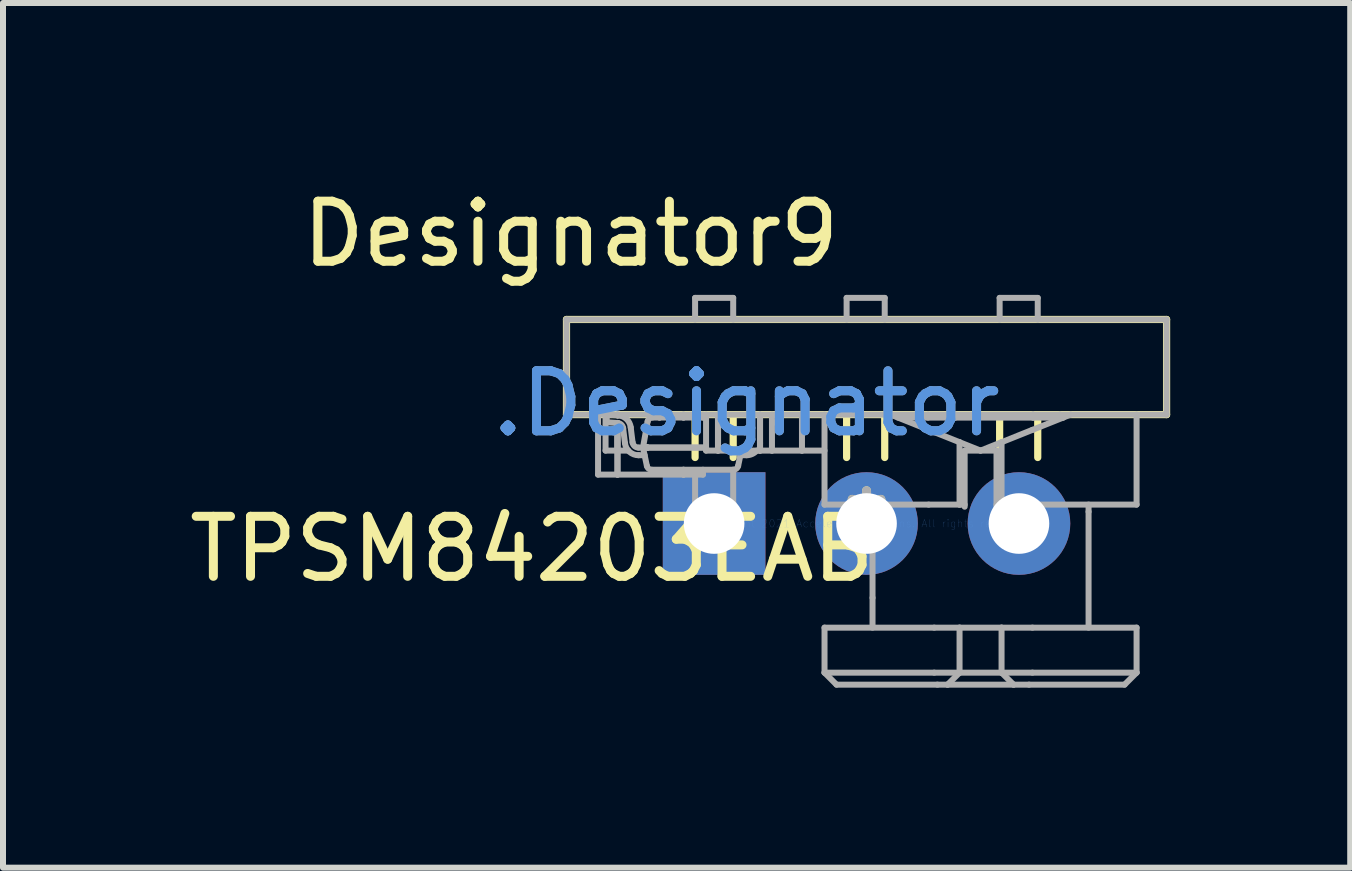
<source format=kicad_pcb>
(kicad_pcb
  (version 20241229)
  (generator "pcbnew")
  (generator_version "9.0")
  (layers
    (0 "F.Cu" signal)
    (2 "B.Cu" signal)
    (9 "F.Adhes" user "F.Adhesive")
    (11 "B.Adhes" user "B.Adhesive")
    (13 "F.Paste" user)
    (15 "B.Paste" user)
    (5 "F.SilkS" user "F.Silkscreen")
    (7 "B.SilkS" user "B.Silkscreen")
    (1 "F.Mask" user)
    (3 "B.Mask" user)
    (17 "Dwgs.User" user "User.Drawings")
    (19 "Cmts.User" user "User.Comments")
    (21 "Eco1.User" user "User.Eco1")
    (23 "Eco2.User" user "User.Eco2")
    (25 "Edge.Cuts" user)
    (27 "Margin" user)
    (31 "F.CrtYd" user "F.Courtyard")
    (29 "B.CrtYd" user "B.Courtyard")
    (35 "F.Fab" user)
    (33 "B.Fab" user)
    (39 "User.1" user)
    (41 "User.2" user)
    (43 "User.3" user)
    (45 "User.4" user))
  (footprint "TPSM84203EAB"
    (layer "F.Cu")
    (at 11.39 5.674)
    (property "Reference" "TPSM84203EAB" (at -5.575 0.425 0) (layer "F.SilkS") (effects (font (size 1 1) (thickness 0.15))))
    (attr through_hole)
    (fp_line (start -5 -3.4) (end 5 -3.4) (stroke (width 0.12) (type solid)) (layer "F.SilkS"))
    (fp_line (start -5 -1.815) (end -5 -3.4) (stroke (width 0.12) (type solid)) (layer "F.SilkS"))
    (fp_line (start -5 -1.815) (end 5 -1.815) (stroke (width 0.12) (type solid)) (layer "F.SilkS"))
    (fp_line (start -2.857 -1.1) (end -2.857 -1.8) (stroke (width 0.12) (type solid)) (layer "F.SilkS"))
    (fp_line (start -2.222 -1.1) (end -2.222 -1.8) (stroke (width 0.12) (type solid)) (layer "F.SilkS"))
    (fp_line (start -0.332 -1.1) (end -0.332 -1.8) (stroke (width 0.12) (type solid)) (layer "F.SilkS"))
    (fp_line (start 0.303 -1.1) (end 0.303 -1.8) (stroke (width 0.12) (type solid)) (layer "F.SilkS"))
    (fp_line (start 2.218 -1.1) (end 2.218 -1.8) (stroke (width 0.12) (type solid)) (layer "F.SilkS"))
    (fp_line (start 2.853 -1.1) (end 2.853 -1.8) (stroke (width 0.12) (type solid)) (layer "F.SilkS"))
    (fp_line (start 5 -1.815) (end 5 -3.4) (stroke (width 0.12) (type solid)) (layer "F.SilkS"))
    (fp_line (start -5 -3.4) (end 5 -3.4) (stroke (width 0.1) (type solid)) (layer "F.Fab"))
    (fp_line (start -5 -1.815) (end -5 -3.4) (stroke (width 0.1) (type solid)) (layer "F.Fab"))
    (fp_line (start -5 -1.815) (end 5 -1.815) (stroke (width 0.1) (type solid)) (layer "F.Fab"))
    (fp_line (start -4.474 -0.815) (end -4.474 -1.815) (stroke (width 0.1) (type solid)) (layer "F.Fab"))
    (fp_line (start -4.474 -0.815) (end -4.151 -0.815) (stroke (width 0.1) (type solid)) (layer "F.Fab"))
    (fp_line (start -4.349 -1.215) (end -4.349 -1.815) (stroke (width 0.1) (type solid)) (layer "F.Fab"))
    (fp_line (start -4.349 -1.215) (end -4.151 -1.215) (stroke (width 0.1) (type solid)) (layer "F.Fab"))
    (fp_line (start -4.334 -1.688) (end -4.325 -1.815) (stroke (width 0.1) (type solid)) (layer "F.Fab"))
    (fp_line (start -4.334 -1.688) (end -4.148 -1.675) (stroke (width 0.1) (type solid)) (layer "F.Fab"))
    (fp_line (start -4.325 -1.815) (end -4.139 -1.802) (stroke (width 0.1) (type solid)) (layer "F.Fab"))
    (fp_line (start -4.151 -1.803) (end -4.151 -1.815) (stroke (width 0.1) (type solid)) (layer "F.Fab"))
    (fp_line (start -4.151 -1.215) (end -4.151 -1.676) (stroke (width 0.1) (type solid)) (layer "F.Fab"))
    (fp_line (start -4.151 -1.803) (end -4.151 -1.815) (stroke (width 0.1) (type solid)) (layer "F.Fab"))
    (fp_line (start -4.151 -0.815) (end -4.151 -1.676) (stroke (width 0.1) (type solid)) (layer "F.Fab"))
    (fp_line (start -4.149 -1.803) (end -4.149 -1.815) (stroke (width 0.1) (type solid)) (layer "F.Fab"))
    (fp_line (start -4.149 -1.215) (end -4.149 -1.675) (stroke (width 0.1) (type solid)) (layer "F.Fab"))
    (fp_line (start -4.149 -1.215) (end -3.97 -1.215) (stroke (width 0.1) (type solid)) (layer "F.Fab"))
    (fp_line (start -4.149 -0.815) (end -4.149 -1.215) (stroke (width 0.1) (type solid)) (layer "F.Fab"))
    (fp_line (start -4.149 -0.815) (end -3.051 -0.815) (stroke (width 0.1) (type solid)) (layer "F.Fab"))
    (fp_line (start -4.056 -1.588) (end -4.025 -1.337) (stroke (width 0.1) (type solid)) (layer "F.Fab"))
    (fp_line (start -3.93 -1.603) (end -3.899 -1.353) (stroke (width 0.1) (type solid)) (layer "F.Fab"))
    (fp_line (start -3.8 -1.265) (end -3.725 -1.265) (stroke (width 0.1) (type solid)) (layer "F.Fab"))
    (fp_line (start -3.8 -1.138) (end -3.698 -1.138) (stroke (width 0.1) (type solid)) (layer "F.Fab"))
    (fp_line (start -3.725 -1.266) (end -3.648 -1.7) (stroke (width 0.1) (type solid)) (layer "F.Fab"))
    (fp_line (start -3.725 -1.265) (end -3.725 -1.266) (stroke (width 0.1) (type solid)) (layer "F.Fab"))
    (fp_line (start -3.725 -1.265) (end -3.725 -1.265) (stroke (width 0.1) (type solid)) (layer "F.Fab"))
    (fp_line (start -3.725 -1.265) (end -3.725 -1.265) (stroke (width 0.1) (type solid)) (layer "F.Fab"))
    (fp_line (start -3.725 -1.265) (end -3.66 -0.959) (stroke (width 0.1) (type solid)) (layer "F.Fab"))
    (fp_line (start -3.725 -1.265) (end -3.725 -1.265) (stroke (width 0.1) (type solid)) (layer "F.Fab"))
    (fp_line (start -3.725 -1.265) (end -3.725 -1.265) (stroke (width 0.1) (type solid)) (layer "F.Fab"))
    (fp_line (start -3.725 -1.265) (end -3.725 -1.265) (stroke (width 0.1) (type solid)) (layer "F.Fab"))
    (fp_line (start -3.725 -1.265) (end -3.725 -1.265) (stroke (width 0.1) (type solid)) (layer "F.Fab"))
    (fp_line (start -3.725 -1.265) (end -3.725 -1.265) (stroke (width 0.1) (type solid)) (layer "F.Fab"))
    (fp_line (start -3.725 -1.265) (end -3.725 -1.265) (stroke (width 0.1) (type solid)) (layer "F.Fab"))
    (fp_line (start -3.725 -1.265) (end -3.725 -1.265) (stroke (width 0.1) (type solid)) (layer "F.Fab"))
    (fp_line (start -3.725 -1.265) (end -3.725 -1.265) (stroke (width 0.1) (type solid)) (layer "F.Fab"))
    (fp_line (start -3.725 -1.265) (end -3.725 -1.265) (stroke (width 0.1) (type solid)) (layer "F.Fab"))
    (fp_line (start -3.725 -1.265) (end -3.725 -1.265) (stroke (width 0.1) (type solid)) (layer "F.Fab"))
    (fp_line (start -3.725 -1.265) (end -3.725 -1.265) (stroke (width 0.1) (type solid)) (layer "F.Fab"))
    (fp_line (start -3.725 -1.265) (end -3.725 -1.265) (stroke (width 0.1) (type solid)) (layer "F.Fab"))
    (fp_line (start -3.725 -1.265) (end -3.725 -1.265) (stroke (width 0.1) (type solid)) (layer "F.Fab"))
    (fp_line (start -3.725 -1.265) (end -3.725 -1.265) (stroke (width 0.1) (type solid)) (layer "F.Fab"))
    (fp_line (start -3.725 -1.265) (end -3.725 -1.265) (stroke (width 0.1) (type solid)) (layer "F.Fab"))
    (fp_line (start -3.725 -1.265) (end -3.725 -1.265) (stroke (width 0.1) (type solid)) (layer "F.Fab"))
    (fp_line (start -3.725 -1.265) (end -3.725 -1.265) (stroke (width 0.1) (type solid)) (layer "F.Fab"))
    (fp_line (start -3.725 -1.265) (end -3.725 -1.265) (stroke (width 0.1) (type solid)) (layer "F.Fab"))
    (fp_line (start -3.725 -1.265) (end -3.725 -1.265) (stroke (width 0.1) (type solid)) (layer "F.Fab"))
    (fp_line (start -3.725 -1.265) (end -3.725 -1.265) (stroke (width 0.1) (type solid)) (layer "F.Fab"))
    (fp_line (start -3.725 -1.265) (end -3.725 -1.265) (stroke (width 0.1) (type solid)) (layer "F.Fab"))
    (fp_line (start -3.725 -1.265) (end -3.725 -1.265) (stroke (width 0.1) (type solid)) (layer "F.Fab"))
    (fp_line (start -3.725 -1.265) (end -3.725 -1.265) (stroke (width 0.1) (type solid)) (layer "F.Fab"))
    (fp_line (start -3.725 -1.265) (end -3.725 -1.265) (stroke (width 0.1) (type solid)) (layer "F.Fab"))
    (fp_line (start -3.725 -1.265) (end -3.725 -1.265) (stroke (width 0.1) (type solid)) (layer "F.Fab"))
    (fp_line (start -3.725 -1.265) (end -3.725 -1.265) (stroke (width 0.1) (type solid)) (layer "F.Fab"))
    (fp_line (start -3.725 -1.265) (end -3.725 -1.265) (stroke (width 0.1) (type solid)) (layer "F.Fab"))
    (fp_line (start -3.725 -1.265) (end -3.725 -1.265) (stroke (width 0.1) (type solid)) (layer "F.Fab"))
    (fp_line (start -3.725 -1.265) (end -3.725 -1.265) (stroke (width 0.1) (type solid)) (layer "F.Fab"))
    (fp_line (start -3.725 -1.265) (end -3.725 -1.265) (stroke (width 0.1) (type solid)) (layer "F.Fab"))
    (fp_line (start -3.725 -1.265) (end -3.725 -1.265) (stroke (width 0.1) (type solid)) (layer "F.Fab"))
    (fp_line (start -3.725 -1.265) (end -3.725 -1.265) (stroke (width 0.1) (type solid)) (layer "F.Fab"))
    (fp_line (start -3.725 -1.265) (end -3.725 -1.265) (stroke (width 0.1) (type solid)) (layer "F.Fab"))
    (fp_line (start -3.725 -1.265) (end -3.725 -1.265) (stroke (width 0.1) (type solid)) (layer "F.Fab"))
    (fp_line (start -3.725 -1.265) (end -3.725 -1.265) (stroke (width 0.1) (type solid)) (layer "F.Fab"))
    (fp_line (start -3.725 -1.265) (end -3.725 -1.265) (stroke (width 0.1) (type solid)) (layer "F.Fab"))
    (fp_line (start -3.725 -1.265) (end -3.725 -1.265) (stroke (width 0.1) (type solid)) (layer "F.Fab"))
    (fp_line (start -3.725 -1.265) (end -3.725 -1.265) (stroke (width 0.1) (type solid)) (layer "F.Fab"))
    (fp_line (start -3.725 -1.265) (end -3.725 -1.265) (stroke (width 0.1) (type solid)) (layer "F.Fab"))
    (fp_line (start -3.725 -1.265) (end -3.725 -1.265) (stroke (width 0.1) (type solid)) (layer "F.Fab"))
    (fp_line (start -3.725 -1.265) (end -3.725 -1.265) (stroke (width 0.1) (type solid)) (layer "F.Fab"))
    (fp_line (start -3.725 -1.265) (end -3.725 -1.265) (stroke (width 0.1) (type solid)) (layer "F.Fab"))
    (fp_line (start -3.725 -1.265) (end -3.724 -1.265) (stroke (width 0.1) (type solid)) (layer "F.Fab"))
    (fp_line (start -3.724 -1.265) (end -3.724 -1.265) (stroke (width 0.1) (type solid)) (layer "F.Fab"))
    (fp_line (start -3.724 -1.265) (end -3.724 -1.265) (stroke (width 0.1) (type solid)) (layer "F.Fab"))
    (fp_line (start -3.724 -1.265) (end -3.724 -1.265) (stroke (width 0.1) (type solid)) (layer "F.Fab"))
    (fp_line (start -3.724 -1.265) (end -3.724 -1.265) (stroke (width 0.1) (type solid)) (layer "F.Fab"))
    (fp_line (start -3.724 -1.265) (end -3.724 -1.265) (stroke (width 0.1) (type solid)) (layer "F.Fab"))
    (fp_line (start -3.724 -1.265) (end -3.724 -1.265) (stroke (width 0.1) (type solid)) (layer "F.Fab"))
    (fp_line (start -3.724 -1.265) (end -3.724 -1.265) (stroke (width 0.1) (type solid)) (layer "F.Fab"))
    (fp_line (start -3.724 -1.265) (end -3.724 -1.265) (stroke (width 0.1) (type solid)) (layer "F.Fab"))
    (fp_line (start -3.724 -1.265) (end -3.724 -1.265) (stroke (width 0.1) (type solid)) (layer "F.Fab"))
    (fp_line (start -3.724 -1.265) (end -3.724 -1.265) (stroke (width 0.1) (type solid)) (layer "F.Fab"))
    (fp_line (start -3.724 -1.265) (end -3.724 -1.265) (stroke (width 0.1) (type solid)) (layer "F.Fab"))
    (fp_line (start -3.724 -1.265) (end -3.724 -1.265) (stroke (width 0.1) (type solid)) (layer "F.Fab"))
    (fp_line (start -3.724 -1.265) (end -3.724 -1.265) (stroke (width 0.1) (type solid)) (layer "F.Fab"))
    (fp_line (start -3.724 -1.265) (end -3.724 -1.265) (stroke (width 0.1) (type solid)) (layer "F.Fab"))
    (fp_line (start -3.724 -1.265) (end -3.724 -1.265) (stroke (width 0.1) (type solid)) (layer "F.Fab"))
    (fp_line (start -3.724 -1.265) (end -3.724 -1.265) (stroke (width 0.1) (type solid)) (layer "F.Fab"))
    (fp_line (start -3.724 -1.265) (end -3.724 -1.265) (stroke (width 0.1) (type solid)) (layer "F.Fab"))
    (fp_line (start -3.724 -1.265) (end -3.724 -1.265) (stroke (width 0.1) (type solid)) (layer "F.Fab"))
    (fp_line (start -3.724 -1.265) (end -3.724 -1.265) (stroke (width 0.1) (type solid)) (layer "F.Fab"))
    (fp_line (start -3.724 -1.265) (end -3.724 -1.265) (stroke (width 0.1) (type solid)) (layer "F.Fab"))
    (fp_line (start -3.724 -1.265) (end -3.724 -1.265) (stroke (width 0.1) (type solid)) (layer "F.Fab"))
    (fp_line (start -3.724 -1.265) (end -3.724 -1.265) (stroke (width 0.1) (type solid)) (layer "F.Fab"))
    (fp_line (start -3.724 -1.265) (end -3.724 -1.265) (stroke (width 0.1) (type solid)) (layer "F.Fab"))
    (fp_line (start -3.724 -1.265) (end -3.724 -1.265) (stroke (width 0.1) (type solid)) (layer "F.Fab"))
    (fp_line (start -3.724 -1.265) (end -3.724 -1.265) (stroke (width 0.1) (type solid)) (layer "F.Fab"))
    (fp_line (start -3.724 -1.265) (end -3.724 -1.265) (stroke (width 0.1) (type solid)) (layer "F.Fab"))
    (fp_line (start -3.724 -1.265) (end -3.724 -1.265) (stroke (width 0.1) (type solid)) (layer "F.Fab"))
    (fp_line (start -3.724 -1.265) (end -3.724 -1.265) (stroke (width 0.1) (type solid)) (layer "F.Fab"))
    (fp_line (start -3.724 -1.265) (end -3.724 -1.265) (stroke (width 0.1) (type solid)) (layer "F.Fab"))
    (fp_line (start -3.724 -1.265) (end -3.724 -1.265) (stroke (width 0.1) (type solid)) (layer "F.Fab"))
    (fp_line (start -3.724 -1.265) (end -3.724 -1.265) (stroke (width 0.1) (type solid)) (layer "F.Fab"))
    (fp_line (start -3.724 -1.265) (end -3.724 -1.265) (stroke (width 0.1) (type solid)) (layer "F.Fab"))
    (fp_line (start -3.724 -1.265) (end -3.724 -1.265) (stroke (width 0.1) (type solid)) (layer "F.Fab"))
    (fp_line (start -3.724 -1.265) (end -3.724 -1.265) (stroke (width 0.1) (type solid)) (layer "F.Fab"))
    (fp_line (start -3.724 -1.265) (end -3.724 -1.265) (stroke (width 0.1) (type solid)) (layer "F.Fab"))
    (fp_line (start -3.724 -1.265) (end -3.724 -1.265) (stroke (width 0.1) (type solid)) (layer "F.Fab"))
    (fp_line (start -3.724 -1.265) (end -3.724 -1.265) (stroke (width 0.1) (type solid)) (layer "F.Fab"))
    (fp_line (start -3.724 -1.265) (end -3.724 -1.265) (stroke (width 0.1) (type solid)) (layer "F.Fab"))
    (fp_line (start -3.724 -1.265) (end -3.724 -1.265) (stroke (width 0.1) (type solid)) (layer "F.Fab"))
    (fp_line (start -3.724 -1.265) (end -3.724 -1.265) (stroke (width 0.1) (type solid)) (layer "F.Fab"))
    (fp_line (start -3.724 -1.265) (end -3.724 -1.265) (stroke (width 0.1) (type solid)) (layer "F.Fab"))
    (fp_line (start -3.724 -1.265) (end -3.724 -1.265) (stroke (width 0.1) (type solid)) (layer "F.Fab"))
    (fp_line (start -3.724 -1.265) (end -3.724 -1.265) (stroke (width 0.1) (type solid)) (layer "F.Fab"))
    (fp_line (start -3.724 -1.265) (end -3.724 -1.265) (stroke (width 0.1) (type solid)) (layer "F.Fab"))
    (fp_line (start -3.724 -1.265) (end -3.724 -1.265) (stroke (width 0.1) (type solid)) (layer "F.Fab"))
    (fp_line (start -3.724 -1.265) (end -3.724 -1.265) (stroke (width 0.1) (type solid)) (layer "F.Fab"))
    (fp_line (start -3.724 -1.265) (end -3.724 -1.265) (stroke (width 0.1) (type solid)) (layer "F.Fab"))
    (fp_line (start -3.724 -1.265) (end -3.724 -1.265) (stroke (width 0.1) (type solid)) (layer "F.Fab"))
    (fp_line (start -3.724 -1.265) (end -3.724 -1.265) (stroke (width 0.1) (type solid)) (layer "F.Fab"))
    (fp_line (start -3.724 -1.265) (end -3.724 -1.265) (stroke (width 0.1) (type solid)) (layer "F.Fab"))
    (fp_line (start -3.724 -1.265) (end -3.724 -1.265) (stroke (width 0.1) (type solid)) (layer "F.Fab"))
    (fp_line (start -3.724 -1.265) (end -3.724 -1.265) (stroke (width 0.1) (type solid)) (layer "F.Fab"))
    (fp_line (start -3.724 -1.265) (end -3.724 -1.265) (stroke (width 0.1) (type solid)) (layer "F.Fab"))
    (fp_line (start -3.724 -1.265) (end -3.724 -1.265) (stroke (width 0.1) (type solid)) (layer "F.Fab"))
    (fp_line (start -3.724 -1.265) (end -3.724 -1.265) (stroke (width 0.1) (type solid)) (layer "F.Fab"))
    (fp_line (start -3.724 -1.265) (end -3.723 -1.265) (stroke (width 0.1) (type solid)) (layer "F.Fab"))
    (fp_line (start -3.723 -1.265) (end -3.723 -1.265) (stroke (width 0.1) (type solid)) (layer "F.Fab"))
    (fp_line (start -3.723 -1.265) (end -3.723 -1.265) (stroke (width 0.1) (type solid)) (layer "F.Fab"))
    (fp_line (start -3.723 -1.265) (end -3.723 -1.265) (stroke (width 0.1) (type solid)) (layer "F.Fab"))
    (fp_line (start -3.723 -1.265) (end -3.723 -1.265) (stroke (width 0.1) (type solid)) (layer "F.Fab"))
    (fp_line (start -3.723 -1.265) (end -3.723 -1.265) (stroke (width 0.1) (type solid)) (layer "F.Fab"))
    (fp_line (start -3.723 -1.265) (end -3.723 -1.265) (stroke (width 0.1) (type solid)) (layer "F.Fab"))
    (fp_line (start -3.723 -1.265) (end -3.723 -1.265) (stroke (width 0.1) (type solid)) (layer "F.Fab"))
    (fp_line (start -3.723 -1.265) (end -3.723 -1.265) (stroke (width 0.1) (type solid)) (layer "F.Fab"))
    (fp_line (start -3.723 -1.265) (end -3.723 -1.265) (stroke (width 0.1) (type solid)) (layer "F.Fab"))
    (fp_line (start -3.723 -1.265) (end -3.723 -1.265) (stroke (width 0.1) (type solid)) (layer "F.Fab"))
    (fp_line (start -3.723 -1.265) (end -3.723 -1.265) (stroke (width 0.1) (type solid)) (layer "F.Fab"))
    (fp_line (start -3.723 -1.265) (end -3.723 -1.265) (stroke (width 0.1) (type solid)) (layer "F.Fab"))
    (fp_line (start -3.723 -1.265) (end -3.723 -1.265) (stroke (width 0.1) (type solid)) (layer "F.Fab"))
    (fp_line (start -3.723 -1.265) (end -3.723 -1.265) (stroke (width 0.1) (type solid)) (layer "F.Fab"))
    (fp_line (start -3.723 -1.265) (end -3.723 -1.265) (stroke (width 0.1) (type solid)) (layer "F.Fab"))
    (fp_line (start -3.723 -1.265) (end -3.723 -1.265) (stroke (width 0.1) (type solid)) (layer "F.Fab"))
    (fp_line (start -3.723 -1.265) (end -3.723 -1.265) (stroke (width 0.1) (type solid)) (layer "F.Fab"))
    (fp_line (start -3.723 -1.265) (end -3.723 -1.265) (stroke (width 0.1) (type solid)) (layer "F.Fab"))
    (fp_line (start -3.723 -1.265) (end -3.723 -1.265) (stroke (width 0.1) (type solid)) (layer "F.Fab"))
    (fp_line (start -3.723 -1.265) (end -3.723 -1.265) (stroke (width 0.1) (type solid)) (layer "F.Fab"))
    (fp_line (start -3.723 -1.265) (end -3.723 -1.265) (stroke (width 0.1) (type solid)) (layer "F.Fab"))
    (fp_line (start -3.723 -1.265) (end -3.723 -1.265) (stroke (width 0.1) (type solid)) (layer "F.Fab"))
    (fp_line (start -3.723 -1.265) (end -3.723 -1.265) (stroke (width 0.1) (type solid)) (layer "F.Fab"))
    (fp_line (start -3.723 -1.265) (end -3.723 -1.265) (stroke (width 0.1) (type solid)) (layer "F.Fab"))
    (fp_line (start -3.723 -1.265) (end -3.723 -1.265) (stroke (width 0.1) (type solid)) (layer "F.Fab"))
    (fp_line (start -3.723 -1.265) (end -3.723 -1.265) (stroke (width 0.1) (type solid)) (layer "F.Fab"))
    (fp_line (start -3.723 -1.265) (end -3.723 -1.265) (stroke (width 0.1) (type solid)) (layer "F.Fab"))
    (fp_line (start -3.723 -1.265) (end -3.723 -1.265) (stroke (width 0.1) (type solid)) (layer "F.Fab"))
    (fp_line (start -3.723 -1.265) (end -3.723 -1.265) (stroke (width 0.1) (type solid)) (layer "F.Fab"))
    (fp_line (start -3.723 -1.265) (end -3.723 -1.265) (stroke (width 0.1) (type solid)) (layer "F.Fab"))
    (fp_line (start -3.723 -1.265) (end -3.723 -1.265) (stroke (width 0.1) (type solid)) (layer "F.Fab"))
    (fp_line (start -3.723 -1.265) (end -3.723 -1.265) (stroke (width 0.1) (type solid)) (layer "F.Fab"))
    (fp_line (start -3.723 -1.265) (end -3.723 -1.265) (stroke (width 0.1) (type solid)) (layer "F.Fab"))
    (fp_line (start -3.723 -1.265) (end -3.723 -1.265) (stroke (width 0.1) (type solid)) (layer "F.Fab"))
    (fp_line (start -3.723 -1.265) (end -3.723 -1.265) (stroke (width 0.1) (type solid)) (layer "F.Fab"))
    (fp_line (start -3.723 -1.265) (end -3.723 -1.265) (stroke (width 0.1) (type solid)) (layer "F.Fab"))
    (fp_line (start -3.723 -1.265) (end -3.723 -1.265) (stroke (width 0.1) (type solid)) (layer "F.Fab"))
    (fp_line (start -3.723 -1.265) (end -3.723 -1.265) (stroke (width 0.1) (type solid)) (layer "F.Fab"))
    (fp_line (start -3.723 -1.265) (end -3.722 -1.265) (stroke (width 0.1) (type solid)) (layer "F.Fab"))
    (fp_line (start -3.722 -1.265) (end -3.722 -1.265) (stroke (width 0.1) (type solid)) (layer "F.Fab"))
    (fp_line (start -3.722 -1.265) (end -3.722 -1.265) (stroke (width 0.1) (type solid)) (layer "F.Fab"))
    (fp_line (start -3.722 -1.265) (end -3.722 -1.265) (stroke (width 0.1) (type solid)) (layer "F.Fab"))
    (fp_line (start -3.722 -1.265) (end -3.722 -1.265) (stroke (width 0.1) (type solid)) (layer "F.Fab"))
    (fp_line (start -3.722 -1.265) (end -3.722 -1.265) (stroke (width 0.1) (type solid)) (layer "F.Fab"))
    (fp_line (start -3.722 -1.265) (end -3.722 -1.265) (stroke (width 0.1) (type solid)) (layer "F.Fab"))
    (fp_line (start -3.722 -1.265) (end -3.722 -1.265) (stroke (width 0.1) (type solid)) (layer "F.Fab"))
    (fp_line (start -3.722 -1.265) (end -3.722 -1.265) (stroke (width 0.1) (type solid)) (layer "F.Fab"))
    (fp_line (start -3.722 -1.265) (end -3.722 -1.265) (stroke (width 0.1) (type solid)) (layer "F.Fab"))
    (fp_line (start -3.722 -1.265) (end -3.722 -1.265) (stroke (width 0.1) (type solid)) (layer "F.Fab"))
    (fp_line (start -3.722 -1.265) (end -3.722 -1.265) (stroke (width 0.1) (type solid)) (layer "F.Fab"))
    (fp_line (start -3.722 -1.265) (end -3.722 -1.265) (stroke (width 0.1) (type solid)) (layer "F.Fab"))
    (fp_line (start -3.722 -1.265) (end -3.722 -1.265) (stroke (width 0.1) (type solid)) (layer "F.Fab"))
    (fp_line (start -3.722 -1.265) (end -3.722 -1.265) (stroke (width 0.1) (type solid)) (layer "F.Fab"))
    (fp_line (start -3.722 -1.265) (end -3.722 -1.265) (stroke (width 0.1) (type solid)) (layer "F.Fab"))
    (fp_line (start -3.722 -1.265) (end -3.722 -1.265) (stroke (width 0.1) (type solid)) (layer "F.Fab"))
    (fp_line (start -3.722 -1.265) (end -3.722 -1.265) (stroke (width 0.1) (type solid)) (layer "F.Fab"))
    (fp_line (start -3.722 -1.265) (end -3.722 -1.265) (stroke (width 0.1) (type solid)) (layer "F.Fab"))
    (fp_line (start -3.722 -1.265) (end -3.722 -1.265) (stroke (width 0.1) (type solid)) (layer "F.Fab"))
    (fp_line (start -3.722 -1.265) (end -3.722 -1.265) (stroke (width 0.1) (type solid)) (layer "F.Fab"))
    (fp_line (start -3.722 -1.265) (end -3.722 -1.265) (stroke (width 0.1) (type solid)) (layer "F.Fab"))
    (fp_line (start -3.722 -1.265) (end -3.722 -1.265) (stroke (width 0.1) (type solid)) (layer "F.Fab"))
    (fp_line (start -3.722 -1.265) (end -3.722 -1.265) (stroke (width 0.1) (type solid)) (layer "F.Fab"))
    (fp_line (start -3.722 -1.265) (end -3.722 -1.265) (stroke (width 0.1) (type solid)) (layer "F.Fab"))
    (fp_line (start -3.722 -1.265) (end -3.722 -1.265) (stroke (width 0.1) (type solid)) (layer "F.Fab"))
    (fp_line (start -3.722 -1.265) (end -3.722 -1.265) (stroke (width 0.1) (type solid)) (layer "F.Fab"))
    (fp_line (start -3.722 -1.265) (end -3.722 -1.265) (stroke (width 0.1) (type solid)) (layer "F.Fab"))
    (fp_line (start -3.722 -1.265) (end -3.722 -1.265) (stroke (width 0.1) (type solid)) (layer "F.Fab"))
    (fp_line (start -3.722 -1.265) (end -3.722 -1.265) (stroke (width 0.1) (type solid)) (layer "F.Fab"))
    (fp_line (start -3.722 -1.265) (end -3.722 -1.265) (stroke (width 0.1) (type solid)) (layer "F.Fab"))
    (fp_line (start -3.722 -1.265) (end -3.721 -1.265) (stroke (width 0.1) (type solid)) (layer "F.Fab"))
    (fp_line (start -3.721 -1.265) (end -3.721 -1.265) (stroke (width 0.1) (type solid)) (layer "F.Fab"))
    (fp_line (start -3.721 -1.265) (end -3.721 -1.265) (stroke (width 0.1) (type solid)) (layer "F.Fab"))
    (fp_line (start -3.721 -1.265) (end -3.721 -1.265) (stroke (width 0.1) (type solid)) (layer "F.Fab"))
    (fp_line (start -3.721 -1.265) (end -3.721 -1.265) (stroke (width 0.1) (type solid)) (layer "F.Fab"))
    (fp_line (start -3.721 -1.265) (end -3.721 -1.265) (stroke (width 0.1) (type solid)) (layer "F.Fab"))
    (fp_line (start -3.721 -1.265) (end -3.721 -1.265) (stroke (width 0.1) (type solid)) (layer "F.Fab"))
    (fp_line (start -3.721 -1.265) (end -3.721 -1.265) (stroke (width 0.1) (type solid)) (layer "F.Fab"))
    (fp_line (start -3.721 -1.265) (end -3.721 -1.265) (stroke (width 0.1) (type solid)) (layer "F.Fab"))
    (fp_line (start -3.721 -1.265) (end -3.721 -1.265) (stroke (width 0.1) (type solid)) (layer "F.Fab"))
    (fp_line (start -3.721 -1.265) (end -3.721 -1.265) (stroke (width 0.1) (type solid)) (layer "F.Fab"))
    (fp_line (start -3.721 -1.265) (end -3.721 -1.265) (stroke (width 0.1) (type solid)) (layer "F.Fab"))
    (fp_line (start -3.721 -1.265) (end -3.721 -1.265) (stroke (width 0.1) (type solid)) (layer "F.Fab"))
    (fp_line (start -3.721 -1.265) (end -3.721 -1.265) (stroke (width 0.1) (type solid)) (layer "F.Fab"))
    (fp_line (start -3.721 -1.265) (end -3.721 -1.265) (stroke (width 0.1) (type solid)) (layer "F.Fab"))
    (fp_line (start -3.721 -1.265) (end -3.721 -1.265) (stroke (width 0.1) (type solid)) (layer "F.Fab"))
    (fp_line (start -3.721 -1.265) (end -3.721 -1.265) (stroke (width 0.1) (type solid)) (layer "F.Fab"))
    (fp_line (start -3.721 -1.265) (end -3.721 -1.265) (stroke (width 0.1) (type solid)) (layer "F.Fab"))
    (fp_line (start -3.721 -1.265) (end -3.721 -1.265) (stroke (width 0.1) (type solid)) (layer "F.Fab"))
    (fp_line (start -3.721 -1.265) (end -3.721 -1.265) (stroke (width 0.1) (type solid)) (layer "F.Fab"))
    (fp_line (start -3.721 -1.265) (end -3.721 -1.265) (stroke (width 0.1) (type solid)) (layer "F.Fab"))
    (fp_line (start -3.721 -1.265) (end -3.721 -1.265) (stroke (width 0.1) (type solid)) (layer "F.Fab"))
    (fp_line (start -3.721 -1.265) (end -3.721 -1.265) (stroke (width 0.1) (type solid)) (layer "F.Fab"))
    (fp_line (start -3.721 -1.265) (end -3.721 -1.265) (stroke (width 0.1) (type solid)) (layer "F.Fab"))
    (fp_line (start -3.721 -1.265) (end -3.721 -1.265) (stroke (width 0.1) (type solid)) (layer "F.Fab"))
    (fp_line (start -3.721 -1.265) (end -3.721 -1.265) (stroke (width 0.1) (type solid)) (layer "F.Fab"))
    (fp_line (start -3.721 -1.265) (end -3.721 -1.265) (stroke (width 0.1) (type solid)) (layer "F.Fab"))
    (fp_line (start -3.721 -1.265) (end -3.721 -1.265) (stroke (width 0.1) (type solid)) (layer "F.Fab"))
    (fp_line (start -3.721 -1.265) (end -3.72 -1.265) (stroke (width 0.1) (type solid)) (layer "F.Fab"))
    (fp_line (start -3.72 -1.265) (end -3.72 -1.265) (stroke (width 0.1) (type solid)) (layer "F.Fab"))
    (fp_line (start -3.72 -1.265) (end -3.72 -1.265) (stroke (width 0.1) (type solid)) (layer "F.Fab"))
    (fp_line (start -3.72 -1.265) (end -3.72 -1.265) (stroke (width 0.1) (type solid)) (layer "F.Fab"))
    (fp_line (start -3.72 -1.265) (end -3.72 -1.265) (stroke (width 0.1) (type solid)) (layer "F.Fab"))
    (fp_line (start -3.72 -1.265) (end -3.72 -1.265) (stroke (width 0.1) (type solid)) (layer "F.Fab"))
    (fp_line (start -3.72 -1.265) (end -3.72 -1.265) (stroke (width 0.1) (type solid)) (layer "F.Fab"))
    (fp_line (start -3.72 -1.265) (end -3.72 -1.265) (stroke (width 0.1) (type solid)) (layer "F.Fab"))
    (fp_line (start -3.72 -1.265) (end -3.72 -1.265) (stroke (width 0.1) (type solid)) (layer "F.Fab"))
    (fp_line (start -3.72 -1.265) (end -3.72 -1.265) (stroke (width 0.1) (type solid)) (layer "F.Fab"))
    (fp_line (start -3.72 -1.265) (end -3.72 -1.265) (stroke (width 0.1) (type solid)) (layer "F.Fab"))
    (fp_line (start -3.72 -1.265) (end -3.72 -1.265) (stroke (width 0.1) (type solid)) (layer "F.Fab"))
    (fp_line (start -3.72 -1.265) (end -3.72 -1.265) (stroke (width 0.1) (type solid)) (layer "F.Fab"))
    (fp_line (start -3.72 -1.265) (end -3.72 -1.265) (stroke (width 0.1) (type solid)) (layer "F.Fab"))
    (fp_line (start -3.72 -1.265) (end -3.72 -1.265) (stroke (width 0.1) (type solid)) (layer "F.Fab"))
    (fp_line (start -3.72 -1.265) (end -3.72 -1.265) (stroke (width 0.1) (type solid)) (layer "F.Fab"))
    (fp_line (start -3.72 -1.265) (end -3.72 -1.265) (stroke (width 0.1) (type solid)) (layer "F.Fab"))
    (fp_line (start -3.72 -1.265) (end -3.72 -1.265) (stroke (width 0.1) (type solid)) (layer "F.Fab"))
    (fp_line (start -3.72 -1.265) (end -3.72 -1.265) (stroke (width 0.1) (type solid)) (layer "F.Fab"))
    (fp_line (start -3.72 -1.265) (end -3.72 -1.265) (stroke (width 0.1) (type solid)) (layer "F.Fab"))
    (fp_line (start -3.72 -1.265) (end -3.72 -1.265) (stroke (width 0.1) (type solid)) (layer "F.Fab"))
    (fp_line (start -3.72 -1.265) (end -3.72 -1.265) (stroke (width 0.1) (type solid)) (layer "F.Fab"))
    (fp_line (start -3.72 -1.265) (end -3.72 -1.265) (stroke (width 0.1) (type solid)) (layer "F.Fab"))
    (fp_line (start -3.72 -1.265) (end -3.72 -1.265) (stroke (width 0.1) (type solid)) (layer "F.Fab"))
    (fp_line (start -3.72 -1.265) (end -3.72 -1.265) (stroke (width 0.1) (type solid)) (layer "F.Fab"))
    (fp_line (start -3.72 -1.265) (end -3.719 -1.265) (stroke (width 0.1) (type solid)) (layer "F.Fab"))
    (fp_line (start -3.719 -1.265) (end -3.719 -1.265) (stroke (width 0.1) (type solid)) (layer "F.Fab"))
    (fp_line (start -3.719 -1.265) (end -3.719 -1.265) (stroke (width 0.1) (type solid)) (layer "F.Fab"))
    (fp_line (start -3.719 -1.265) (end -3.719 -1.265) (stroke (width 0.1) (type solid)) (layer "F.Fab"))
    (fp_line (start -3.719 -1.265) (end -3.719 -1.265) (stroke (width 0.1) (type solid)) (layer "F.Fab"))
    (fp_line (start -3.719 -1.265) (end -3.719 -1.265) (stroke (width 0.1) (type solid)) (layer "F.Fab"))
    (fp_line (start -3.719 -1.265) (end -3.719 -1.265) (stroke (width 0.1) (type solid)) (layer "F.Fab"))
    (fp_line (start -3.719 -1.265) (end -3.719 -1.265) (stroke (width 0.1) (type solid)) (layer "F.Fab"))
    (fp_line (start -3.719 -1.265) (end -3.719 -1.265) (stroke (width 0.1) (type solid)) (layer "F.Fab"))
    (fp_line (start -3.719 -1.265) (end -3.719 -1.265) (stroke (width 0.1) (type solid)) (layer "F.Fab"))
    (fp_line (start -3.719 -1.265) (end -3.719 -1.265) (stroke (width 0.1) (type solid)) (layer "F.Fab"))
    (fp_line (start -3.719 -1.265) (end -3.719 -1.265) (stroke (width 0.1) (type solid)) (layer "F.Fab"))
    (fp_line (start -3.719 -1.265) (end -3.719 -1.265) (stroke (width 0.1) (type solid)) (layer "F.Fab"))
    (fp_line (start -3.719 -1.265) (end -3.719 -1.265) (stroke (width 0.1) (type solid)) (layer "F.Fab"))
    (fp_line (start -3.719 -1.265) (end -3.719 -1.265) (stroke (width 0.1) (type solid)) (layer "F.Fab"))
    (fp_line (start -3.719 -1.265) (end -3.719 -1.265) (stroke (width 0.1) (type solid)) (layer "F.Fab"))
    (fp_line (start -3.719 -1.265) (end -3.719 -1.265) (stroke (width 0.1) (type solid)) (layer "F.Fab"))
    (fp_line (start -3.719 -1.265) (end -3.719 -1.265) (stroke (width 0.1) (type solid)) (layer "F.Fab"))
    (fp_line (start -3.719 -1.265) (end -3.719 -1.265) (stroke (width 0.1) (type solid)) (layer "F.Fab"))
    (fp_line (start -3.719 -1.265) (end -3.719 -1.265) (stroke (width 0.1) (type solid)) (layer "F.Fab"))
    (fp_line (start -3.719 -1.265) (end -3.719 -1.265) (stroke (width 0.1) (type solid)) (layer "F.Fab"))
    (fp_line (start -3.719 -1.265) (end -3.719 -1.265) (stroke (width 0.1) (type solid)) (layer "F.Fab"))
    (fp_line (start -3.719 -1.265) (end -3.718 -1.265) (stroke (width 0.1) (type solid)) (layer "F.Fab"))
    (fp_line (start -3.718 -1.265) (end -3.718 -1.265) (stroke (width 0.1) (type solid)) (layer "F.Fab"))
    (fp_line (start -3.718 -1.265) (end -3.718 -1.265) (stroke (width 0.1) (type solid)) (layer "F.Fab"))
    (fp_line (start -3.718 -1.265) (end -3.718 -1.265) (stroke (width 0.1) (type solid)) (layer "F.Fab"))
    (fp_line (start -3.718 -1.265) (end -3.718 -1.265) (stroke (width 0.1) (type solid)) (layer "F.Fab"))
    (fp_line (start -3.718 -1.265) (end -3.718 -1.265) (stroke (width 0.1) (type solid)) (layer "F.Fab"))
    (fp_line (start -3.718 -1.265) (end -3.718 -1.265) (stroke (width 0.1) (type solid)) (layer "F.Fab"))
    (fp_line (start -3.718 -1.265) (end -3.718 -1.265) (stroke (width 0.1) (type solid)) (layer "F.Fab"))
    (fp_line (start -3.718 -1.265) (end -3.718 -1.265) (stroke (width 0.1) (type solid)) (layer "F.Fab"))
    (fp_line (start -3.718 -1.265) (end -3.718 -1.265) (stroke (width 0.1) (type solid)) (layer "F.Fab"))
    (fp_line (start -3.718 -1.265) (end -3.718 -1.265) (stroke (width 0.1) (type solid)) (layer "F.Fab"))
    (fp_line (start -3.718 -1.265) (end -3.718 -1.265) (stroke (width 0.1) (type solid)) (layer "F.Fab"))
    (fp_line (start -3.718 -1.265) (end -3.717 -1.265) (stroke (width 0.1) (type solid)) (layer "F.Fab"))
    (fp_line (start -3.717 -1.265) (end -3.717 -1.265) (stroke (width 0.1) (type solid)) (layer "F.Fab"))
    (fp_line (start -3.717 -1.265) (end -3.717 -1.265) (stroke (width 0.1) (type solid)) (layer "F.Fab"))
    (fp_line (start -3.717 -1.265) (end -3.717 -1.265) (stroke (width 0.1) (type solid)) (layer "F.Fab"))
    (fp_line (start -3.717 -1.265) (end -3.717 -1.265) (stroke (width 0.1) (type solid)) (layer "F.Fab"))
    (fp_line (start -3.717 -1.265) (end -3.717 -1.265) (stroke (width 0.1) (type solid)) (layer "F.Fab"))
    (fp_line (start -3.717 -1.265) (end -3.717 -1.265) (stroke (width 0.1) (type solid)) (layer "F.Fab"))
    (fp_line (start -3.717 -1.265) (end -3.717 -1.265) (stroke (width 0.1) (type solid)) (layer "F.Fab"))
    (fp_line (start -3.717 -1.265) (end -3.717 -1.265) (stroke (width 0.1) (type solid)) (layer "F.Fab"))
    (fp_line (start -3.717 -1.265) (end -3.717 -1.265) (stroke (width 0.1) (type solid)) (layer "F.Fab"))
    (fp_line (start -3.717 -1.265) (end -3.716 -1.265) (stroke (width 0.1) (type solid)) (layer "F.Fab"))
    (fp_line (start -3.716 -1.265) (end -3.716 -1.265) (stroke (width 0.1) (type solid)) (layer "F.Fab"))
    (fp_line (start -3.716 -1.265) (end -3.716 -1.265) (stroke (width 0.1) (type solid)) (layer "F.Fab"))
    (fp_line (start -3.716 -1.265) (end -3.716 -1.265) (stroke (width 0.1) (type solid)) (layer "F.Fab"))
    (fp_line (start -3.716 -1.265) (end -3.716 -1.265) (stroke (width 0.1) (type solid)) (layer "F.Fab"))
    (fp_line (start -3.716 -1.265) (end -3.716 -1.265) (stroke (width 0.1) (type solid)) (layer "F.Fab"))
    (fp_line (start -3.716 -1.265) (end -3.716 -1.265) (stroke (width 0.1) (type solid)) (layer "F.Fab"))
    (fp_line (start -3.716 -1.265) (end -3.716 -1.265) (stroke (width 0.1) (type solid)) (layer "F.Fab"))
    (fp_line (start -3.716 -1.265) (end -3.716 -1.265) (stroke (width 0.1) (type solid)) (layer "F.Fab"))
    (fp_line (start -3.716 -1.265) (end -3.715 -1.265) (stroke (width 0.1) (type solid)) (layer "F.Fab"))
    (fp_line (start -3.715 -1.265) (end -3.715 -1.265) (stroke (width 0.1) (type solid)) (layer "F.Fab"))
    (fp_line (start -3.715 -1.265) (end -3.715 -1.265) (stroke (width 0.1) (type solid)) (layer "F.Fab"))
    (fp_line (start -3.715 -1.265) (end -3.715 -1.265) (stroke (width 0.1) (type solid)) (layer "F.Fab"))
    (fp_line (start -3.715 -1.265) (end -3.715 -1.265) (stroke (width 0.1) (type solid)) (layer "F.Fab"))
    (fp_line (start -3.715 -1.265) (end -3.715 -1.265) (stroke (width 0.1) (type solid)) (layer "F.Fab"))
    (fp_line (start -3.715 -1.265) (end -3.715 -1.265) (stroke (width 0.1) (type solid)) (layer "F.Fab"))
    (fp_line (start -3.715 -1.265) (end -3.715 -1.265) (stroke (width 0.1) (type solid)) (layer "F.Fab"))
    (fp_line (start -3.715 -1.265) (end -3.715 -1.265) (stroke (width 0.1) (type solid)) (layer "F.Fab"))
    (fp_line (start -3.715 -1.265) (end -3.714 -1.265) (stroke (width 0.1) (type solid)) (layer "F.Fab"))
    (fp_line (start -3.714 -1.265) (end -3.714 -1.265) (stroke (width 0.1) (type solid)) (layer "F.Fab"))
    (fp_line (start -3.714 -1.265) (end -3.714 -1.265) (stroke (width 0.1) (type solid)) (layer "F.Fab"))
    (fp_line (start -3.714 -1.265) (end -3.714 -1.265) (stroke (width 0.1) (type solid)) (layer "F.Fab"))
    (fp_line (start -3.714 -1.265) (end -3.714 -1.265) (stroke (width 0.1) (type solid)) (layer "F.Fab"))
    (fp_line (start -3.714 -1.265) (end -3.714 -1.265) (stroke (width 0.1) (type solid)) (layer "F.Fab"))
    (fp_line (start -3.714 -1.265) (end -3.714 -1.265) (stroke (width 0.1) (type solid)) (layer "F.Fab"))
    (fp_line (start -3.714 -1.265) (end -3.714 -1.265) (stroke (width 0.1) (type solid)) (layer "F.Fab"))
    (fp_line (start -3.714 -1.265) (end -3.714 -1.265) (stroke (width 0.1) (type solid)) (layer "F.Fab"))
    (fp_line (start -3.714 -1.265) (end -3.713 -1.265) (stroke (width 0.1) (type solid)) (layer "F.Fab"))
    (fp_line (start -3.713 -1.265) (end -3.713 -1.265) (stroke (width 0.1) (type solid)) (layer "F.Fab"))
    (fp_line (start -3.713 -1.265) (end -3.713 -1.265) (stroke (width 0.1) (type solid)) (layer "F.Fab"))
    (fp_line (start -3.713 -1.265) (end -3.713 -1.265) (stroke (width 0.1) (type solid)) (layer "F.Fab"))
    (fp_line (start -3.713 -1.265) (end -3.713 -1.265) (stroke (width 0.1) (type solid)) (layer "F.Fab"))
    (fp_line (start -3.713 -1.265) (end -3.713 -1.265) (stroke (width 0.1) (type solid)) (layer "F.Fab"))
    (fp_line (start -3.713 -1.265) (end -3.713 -1.265) (stroke (width 0.1) (type solid)) (layer "F.Fab"))
    (fp_line (start -3.713 -1.265) (end -3.713 -1.265) (stroke (width 0.1) (type solid)) (layer "F.Fab"))
    (fp_line (start -3.713 -1.265) (end -3.712 -1.265) (stroke (width 0.1) (type solid)) (layer "F.Fab"))
    (fp_line (start -3.712 -1.265) (end -3.712 -1.265) (stroke (width 0.1) (type solid)) (layer "F.Fab"))
    (fp_line (start -3.712 -1.265) (end -3.712 -1.265) (stroke (width 0.1) (type solid)) (layer "F.Fab"))
    (fp_line (start -3.712 -1.265) (end -3.712 -1.265) (stroke (width 0.1) (type solid)) (layer "F.Fab"))
    (fp_line (start -3.712 -1.265) (end -3.712 -1.265) (stroke (width 0.1) (type solid)) (layer "F.Fab"))
    (fp_line (start -3.712 -1.265) (end -3.712 -1.265) (stroke (width 0.1) (type solid)) (layer "F.Fab"))
    (fp_line (start -3.712 -1.265) (end -3.712 -1.265) (stroke (width 0.1) (type solid)) (layer "F.Fab"))
    (fp_line (start -3.712 -1.265) (end -3.712 -1.265) (stroke (width 0.1) (type solid)) (layer "F.Fab"))
    (fp_line (start -3.712 -1.265) (end -3.711 -1.265) (stroke (width 0.1) (type solid)) (layer "F.Fab"))
    (fp_line (start -3.711 -1.265) (end -3.711 -1.265) (stroke (width 0.1) (type solid)) (layer "F.Fab"))
    (fp_line (start -3.711 -1.265) (end -3.711 -1.265) (stroke (width 0.1) (type solid)) (layer "F.Fab"))
    (fp_line (start -3.711 -1.265) (end -3.711 -1.265) (stroke (width 0.1) (type solid)) (layer "F.Fab"))
    (fp_line (start -3.711 -1.265) (end -3.711 -1.265) (stroke (width 0.1) (type solid)) (layer "F.Fab"))
    (fp_line (start -3.711 -1.265) (end -3.711 -1.265) (stroke (width 0.1) (type solid)) (layer "F.Fab"))
    (fp_line (start -3.711 -1.265) (end -3.711 -1.265) (stroke (width 0.1) (type solid)) (layer "F.Fab"))
    (fp_line (start -3.711 -1.265) (end -3.71 -1.265) (stroke (width 0.1) (type solid)) (layer "F.Fab"))
    (fp_line (start -3.71 -1.265) (end -3.71 -1.265) (stroke (width 0.1) (type solid)) (layer "F.Fab"))
    (fp_line (start -3.71 -1.265) (end -3.71 -1.265) (stroke (width 0.1) (type solid)) (layer "F.Fab"))
    (fp_line (start -3.71 -1.265) (end -3.71 -1.265) (stroke (width 0.1) (type solid)) (layer "F.Fab"))
    (fp_line (start -3.71 -1.265) (end -3.71 -1.265) (stroke (width 0.1) (type solid)) (layer "F.Fab"))
    (fp_line (start -3.71 -1.265) (end -3.71 -1.265) (stroke (width 0.1) (type solid)) (layer "F.Fab"))
    (fp_line (start -3.71 -1.265) (end -3.71 -1.265) (stroke (width 0.1) (type solid)) (layer "F.Fab"))
    (fp_line (start -3.71 -1.265) (end -3.71 -1.265) (stroke (width 0.1) (type solid)) (layer "F.Fab"))
    (fp_line (start -3.71 -1.265) (end -3.709 -1.265) (stroke (width 0.1) (type solid)) (layer "F.Fab"))
    (fp_line (start -3.709 -1.265) (end -3.709 -1.265) (stroke (width 0.1) (type solid)) (layer "F.Fab"))
    (fp_line (start -3.709 -1.265) (end -3.709 -1.265) (stroke (width 0.1) (type solid)) (layer "F.Fab"))
    (fp_line (start -3.709 -1.265) (end -3.709 -1.265) (stroke (width 0.1) (type solid)) (layer "F.Fab"))
    (fp_line (start -3.709 -1.265) (end -3.709 -1.265) (stroke (width 0.1) (type solid)) (layer "F.Fab"))
    (fp_line (start -3.709 -1.265) (end -3.709 -1.265) (stroke (width 0.1) (type solid)) (layer "F.Fab"))
    (fp_line (start -3.709 -1.265) (end -3.709 -1.265) (stroke (width 0.1) (type solid)) (layer "F.Fab"))
    (fp_line (start -3.709 -1.265) (end -3.708 -1.265) (stroke (width 0.1) (type solid)) (layer "F.Fab"))
    (fp_line (start -3.708 -1.265) (end -3.708 -1.265) (stroke (width 0.1) (type solid)) (layer "F.Fab"))
    (fp_line (start -3.708 -1.265) (end -3.708 -1.265) (stroke (width 0.1) (type solid)) (layer "F.Fab"))
    (fp_line (start -3.708 -1.265) (end -3.708 -1.265) (stroke (width 0.1) (type solid)) (layer "F.Fab"))
    (fp_line (start -3.708 -1.265) (end -3.708 -1.265) (stroke (width 0.1) (type solid)) (layer "F.Fab"))
    (fp_line (start -3.708 -1.265) (end -3.708 -1.265) (stroke (width 0.1) (type solid)) (layer "F.Fab"))
    (fp_line (start -3.708 -1.265) (end -3.708 -1.265) (stroke (width 0.1) (type solid)) (layer "F.Fab"))
    (fp_line (start -3.708 -1.265) (end -3.707 -1.265) (stroke (width 0.1) (type solid)) (layer "F.Fab"))
    (fp_line (start -3.707 -1.265) (end -3.707 -1.265) (stroke (width 0.1) (type solid)) (layer "F.Fab"))
    (fp_line (start -3.707 -1.265) (end -3.707 -1.265) (stroke (width 0.1) (type solid)) (layer "F.Fab"))
    (fp_line (start -3.707 -1.265) (end -3.707 -1.265) (stroke (width 0.1) (type solid)) (layer "F.Fab"))
    (fp_line (start -3.707 -1.265) (end -3.707 -1.265) (stroke (width 0.1) (type solid)) (layer "F.Fab"))
    (fp_line (start -3.707 -1.265) (end -3.707 -1.265) (stroke (width 0.1) (type solid)) (layer "F.Fab"))
    (fp_line (start -3.707 -1.265) (end -3.707 -1.265) (stroke (width 0.1) (type solid)) (layer "F.Fab"))
    (fp_line (start -3.707 -1.265) (end -3.706 -1.265) (stroke (width 0.1) (type solid)) (layer "F.Fab"))
    (fp_line (start -3.706 -1.265) (end -3.706 -1.265) (stroke (width 0.1) (type solid)) (layer "F.Fab"))
    (fp_line (start -3.706 -1.265) (end -3.706 -1.265) (stroke (width 0.1) (type solid)) (layer "F.Fab"))
    (fp_line (start -3.706 -1.265) (end -3.706 -1.265) (stroke (width 0.1) (type solid)) (layer "F.Fab"))
    (fp_line (start -3.706 -1.265) (end -3.706 -1.265) (stroke (width 0.1) (type solid)) (layer "F.Fab"))
    (fp_line (start -3.706 -1.265) (end -3.706 -1.265) (stroke (width 0.1) (type solid)) (layer "F.Fab"))
    (fp_line (start -3.706 -1.265) (end -3.706 -1.265) (stroke (width 0.1) (type solid)) (layer "F.Fab"))
    (fp_line (start -3.706 -1.265) (end -3.705 -1.265) (stroke (width 0.1) (type solid)) (layer "F.Fab"))
    (fp_line (start -3.705 -1.265) (end -3.705 -1.265) (stroke (width 0.1) (type solid)) (layer "F.Fab"))
    (fp_line (start -3.705 -1.265) (end -3.705 -1.265) (stroke (width 0.1) (type solid)) (layer "F.Fab"))
    (fp_line (start -3.705 -1.265) (end -3.705 -1.265) (stroke (width 0.1) (type solid)) (layer "F.Fab"))
    (fp_line (start -3.705 -1.265) (end -3.704 -1.265) (stroke (width 0.1) (type solid)) (layer "F.Fab"))
    (fp_line (start -3.704 -1.265) (end -3.704 -1.265) (stroke (width 0.1) (type solid)) (layer "F.Fab"))
    (fp_line (start -3.704 -1.265) (end -3.704 -1.265) (stroke (width 0.1) (type solid)) (layer "F.Fab"))
    (fp_line (start -3.704 -1.265) (end -3.704 -1.265) (stroke (width 0.1) (type solid)) (layer "F.Fab"))
    (fp_line (start -3.704 -1.265) (end -3.703 -1.265) (stroke (width 0.1) (type solid)) (layer "F.Fab"))
    (fp_line (start -3.703 -1.265) (end -3.703 -1.265) (stroke (width 0.1) (type solid)) (layer "F.Fab"))
    (fp_line (start -3.703 -1.265) (end -3.703 -1.265) (stroke (width 0.1) (type solid)) (layer "F.Fab"))
    (fp_line (start -3.703 -1.265) (end -3.703 -1.265) (stroke (width 0.1) (type solid)) (layer "F.Fab"))
    (fp_line (start -3.703 -1.265) (end -3.702 -1.265) (stroke (width 0.1) (type solid)) (layer "F.Fab"))
    (fp_line (start -3.702 -1.265) (end -3.702 -1.265) (stroke (width 0.1) (type solid)) (layer "F.Fab"))
    (fp_line (start -3.702 -1.265) (end -3.702 -1.265) (stroke (width 0.1) (type solid)) (layer "F.Fab"))
    (fp_line (start -3.702 -1.265) (end -3.702 -1.265) (stroke (width 0.1) (type solid)) (layer "F.Fab"))
    (fp_line (start -3.702 -1.265) (end -3.702 -1.265) (stroke (width 0.1) (type solid)) (layer "F.Fab"))
    (fp_line (start -3.702 -1.265) (end -3.701 -1.265) (stroke (width 0.1) (type solid)) (layer "F.Fab"))
    (fp_line (start -3.701 -1.265) (end -3.701 -1.265) (stroke (width 0.1) (type solid)) (layer "F.Fab"))
    (fp_line (start -3.701 -1.265) (end -3.701 -1.265) (stroke (width 0.1) (type solid)) (layer "F.Fab"))
    (fp_line (start -3.701 -1.265) (end -3.701 -1.265) (stroke (width 0.1) (type solid)) (layer "F.Fab"))
    (fp_line (start -3.701 -1.265) (end -3.7 -1.265) (stroke (width 0.1) (type solid)) (layer "F.Fab"))
    (fp_line (start -3.7 -1.265) (end -3.7 -1.265) (stroke (width 0.1) (type solid)) (layer "F.Fab"))
    (fp_line (start -3.7 -1.265) (end -3.7 -1.265) (stroke (width 0.1) (type solid)) (layer "F.Fab"))
    (fp_line (start -3.7 -1.265) (end -3.7 -1.265) (stroke (width 0.1) (type solid)) (layer "F.Fab"))
    (fp_line (start -3.7 -1.265) (end -3.699 -1.265) (stroke (width 0.1) (type solid)) (layer "F.Fab"))
    (fp_line (start -3.699 -1.265) (end -3.699 -1.265) (stroke (width 0.1) (type solid)) (layer "F.Fab"))
    (fp_line (start -3.699 -1.265) (end -3.699 -1.265) (stroke (width 0.1) (type solid)) (layer "F.Fab"))
    (fp_line (start -3.699 -1.265) (end -3.699 -1.265) (stroke (width 0.1) (type solid)) (layer "F.Fab"))
    (fp_line (start -3.699 -1.265) (end -3.698 -1.265) (stroke (width 0.1) (type solid)) (layer "F.Fab"))
    (fp_line (start -3.698 -1.265) (end -3.698 -1.265) (stroke (width 0.1) (type solid)) (layer "F.Fab"))
    (fp_line (start -3.698 -1.265) (end -3.698 -1.265) (stroke (width 0.1) (type solid)) (layer "F.Fab"))
    (fp_line (start -3.698 -1.265) (end -3.697 -1.265) (stroke (width 0.1) (type solid)) (layer "F.Fab"))
    (fp_line (start -3.697 -1.265) (end -3.697 -1.265) (stroke (width 0.1) (type solid)) (layer "F.Fab"))
    (fp_line (start -3.697 -1.265) (end -3.697 -1.265) (stroke (width 0.1) (type solid)) (layer "F.Fab"))
    (fp_line (start -3.697 -1.265) (end -3.697 -1.265) (stroke (width 0.1) (type solid)) (layer "F.Fab"))
    (fp_line (start -3.697 -1.265) (end -3.696 -1.265) (stroke (width 0.1) (type solid)) (layer "F.Fab"))
    (fp_line (start -3.696 -1.265) (end -3.696 -1.265) (stroke (width 0.1) (type solid)) (layer "F.Fab"))
    (fp_line (start -3.696 -1.265) (end -3.696 -1.265) (stroke (width 0.1) (type solid)) (layer "F.Fab"))
    (fp_line (start -3.696 -1.265) (end -3.696 -1.265) (stroke (width 0.1) (type solid)) (layer "F.Fab"))
    (fp_line (start -3.696 -1.265) (end -3.695 -1.265) (stroke (width 0.1) (type solid)) (layer "F.Fab"))
    (fp_line (start -3.695 -1.265) (end -3.695 -1.265) (stroke (width 0.1) (type solid)) (layer "F.Fab"))
    (fp_line (start -3.695 -1.265) (end -3.695 -1.265) (stroke (width 0.1) (type solid)) (layer "F.Fab"))
    (fp_line (start -3.695 -1.265) (end -3.695 -1.265) (stroke (width 0.1) (type solid)) (layer "F.Fab"))
    (fp_line (start -3.695 -1.265) (end -3.694 -1.265) (stroke (width 0.1) (type solid)) (layer "F.Fab"))
    (fp_line (start -3.694 -1.265) (end -3.694 -1.265) (stroke (width 0.1) (type solid)) (layer "F.Fab"))
    (fp_line (start -3.694 -1.265) (end -3.694 -1.265) (stroke (width 0.1) (type solid)) (layer "F.Fab"))
    (fp_line (start -3.694 -1.265) (end -3.693 -1.265) (stroke (width 0.1) (type solid)) (layer "F.Fab"))
    (fp_line (start -3.693 -1.265) (end -3.693 -1.265) (stroke (width 0.1) (type solid)) (layer "F.Fab"))
    (fp_line (start -3.693 -1.265) (end -3.693 -1.265) (stroke (width 0.1) (type solid)) (layer "F.Fab"))
    (fp_line (start -3.693 -1.265) (end -3.692 -1.265) (stroke (width 0.1) (type solid)) (layer "F.Fab"))
    (fp_line (start -3.692 -1.265) (end -3.692 -1.265) (stroke (width 0.1) (type solid)) (layer "F.Fab"))
    (fp_line (start -3.692 -1.265) (end -3.692 -1.265) (stroke (width 0.1) (type solid)) (layer "F.Fab"))
    (fp_line (start -3.692 -1.265) (end -3.691 -1.265) (stroke (width 0.1) (type solid)) (layer "F.Fab"))
    (fp_line (start -3.691 -1.265) (end -3.691 -1.265) (stroke (width 0.1) (type solid)) (layer "F.Fab"))
    (fp_line (start -3.691 -1.265) (end -3.691 -1.265) (stroke (width 0.1) (type solid)) (layer "F.Fab"))
    (fp_line (start -3.691 -1.265) (end -3.69 -1.265) (stroke (width 0.1) (type solid)) (layer "F.Fab"))
    (fp_line (start -3.69 -1.265) (end -3.69 -1.265) (stroke (width 0.1) (type solid)) (layer "F.Fab"))
    (fp_line (start -3.69 -1.265) (end -3.689 -1.265) (stroke (width 0.1) (type solid)) (layer "F.Fab"))
    (fp_line (start -3.689 -1.265) (end -3.689 -1.265) (stroke (width 0.1) (type solid)) (layer "F.Fab"))
    (fp_line (start -3.689 -1.265) (end -3.689 -1.265) (stroke (width 0.1) (type solid)) (layer "F.Fab"))
    (fp_line (start -3.689 -1.265) (end -3.688 -1.265) (stroke (width 0.1) (type solid)) (layer "F.Fab"))
    (fp_line (start -3.688 -1.265) (end -3.688 -1.265) (stroke (width 0.1) (type solid)) (layer "F.Fab"))
    (fp_line (start -3.688 -1.265) (end -3.687 -1.265) (stroke (width 0.1) (type solid)) (layer "F.Fab"))
    (fp_line (start -3.687 -1.265) (end -3.687 -1.265) (stroke (width 0.1) (type solid)) (layer "F.Fab"))
    (fp_line (start -3.687 -1.265) (end -3.687 -1.265) (stroke (width 0.1) (type solid)) (layer "F.Fab"))
    (fp_line (start -3.687 -1.265) (end -3.686 -1.265) (stroke (width 0.1) (type solid)) (layer "F.Fab"))
    (fp_line (start -3.686 -1.265) (end -3.686 -1.265) (stroke (width 0.1) (type solid)) (layer "F.Fab"))
    (fp_line (start -3.686 -1.265) (end -3.685 -1.265) (stroke (width 0.1) (type solid)) (layer "F.Fab"))
    (fp_line (start -3.685 -1.265) (end -3.685 -1.265) (stroke (width 0.1) (type solid)) (layer "F.Fab"))
    (fp_line (start -3.685 -1.265) (end -3.685 -1.265) (stroke (width 0.1) (type solid)) (layer "F.Fab"))
    (fp_line (start -3.685 -1.265) (end -3.684 -1.265) (stroke (width 0.1) (type solid)) (layer "F.Fab"))
    (fp_line (start -3.684 -1.265) (end -3.684 -1.265) (stroke (width 0.1) (type solid)) (layer "F.Fab"))
    (fp_line (start -3.684 -1.265) (end -3.683 -1.265) (stroke (width 0.1) (type solid)) (layer "F.Fab"))
    (fp_line (start -3.683 -1.265) (end -3.683 -1.265) (stroke (width 0.1) (type solid)) (layer "F.Fab"))
    (fp_line (start -3.683 -1.265) (end -3.682 -1.265) (stroke (width 0.1) (type solid)) (layer "F.Fab"))
    (fp_line (start -3.682 -1.265) (end -3.682 -1.265) (stroke (width 0.1) (type solid)) (layer "F.Fab"))
    (fp_line (start -3.682 -1.265) (end -3.681 -1.265) (stroke (width 0.1) (type solid)) (layer "F.Fab"))
    (fp_line (start -3.681 -1.265) (end -3.681 -1.265) (stroke (width 0.1) (type solid)) (layer "F.Fab"))
    (fp_line (start -3.681 -1.265) (end -3.68 -1.265) (stroke (width 0.1) (type solid)) (layer "F.Fab"))
    (fp_line (start -3.68 -1.265) (end -3.68 -1.265) (stroke (width 0.1) (type solid)) (layer "F.Fab"))
    (fp_line (start -3.68 -1.265) (end -3.679 -1.265) (stroke (width 0.1) (type solid)) (layer "F.Fab"))
    (fp_line (start -3.679 -1.265) (end -3.679 -1.265) (stroke (width 0.1) (type solid)) (layer "F.Fab"))
    (fp_line (start -3.679 -1.265) (end -3.678 -1.265) (stroke (width 0.1) (type solid)) (layer "F.Fab"))
    (fp_line (start -3.678 -1.265) (end -3.677 -1.265) (stroke (width 0.1) (type solid)) (layer "F.Fab"))
    (fp_line (start -3.677 -1.265) (end -3.677 -1.265) (stroke (width 0.1) (type solid)) (layer "F.Fab"))
    (fp_line (start -3.677 -1.265) (end -3.676 -1.265) (stroke (width 0.1) (type solid)) (layer "F.Fab"))
    (fp_line (start -3.676 -1.265) (end -3.676 -1.265) (stroke (width 0.1) (type solid)) (layer "F.Fab"))
    (fp_line (start -3.676 -1.265) (end -3.675 -1.265) (stroke (width 0.1) (type solid)) (layer "F.Fab"))
    (fp_line (start -3.675 -1.265) (end -3.674 -1.265) (stroke (width 0.1) (type solid)) (layer "F.Fab"))
    (fp_line (start -3.674 -1.265) (end -3.674 -1.265) (stroke (width 0.1) (type solid)) (layer "F.Fab"))
    (fp_line (start -3.674 -1.265) (end -3.673 -1.265) (stroke (width 0.1) (type solid)) (layer "F.Fab"))
    (fp_line (start -3.673 -1.265) (end -3.672 -1.265) (stroke (width 0.1) (type solid)) (layer "F.Fab"))
    (fp_line (start -3.672 -1.265) (end -3.672 -1.265) (stroke (width 0.1) (type solid)) (layer "F.Fab"))
    (fp_line (start -3.672 -1.265) (end -3.671 -1.265) (stroke (width 0.1) (type solid)) (layer "F.Fab"))
    (fp_line (start -3.671 -1.265) (end -3.67 -1.265) (stroke (width 0.1) (type solid)) (layer "F.Fab"))
    (fp_line (start -3.67 -1.265) (end -3.669 -1.265) (stroke (width 0.1) (type solid)) (layer "F.Fab"))
    (fp_line (start -3.669 -1.265) (end -3.669 -1.265) (stroke (width 0.1) (type solid)) (layer "F.Fab"))
    (fp_line (start -3.669 -1.265) (end -3.668 -1.265) (stroke (width 0.1) (type solid)) (layer "F.Fab"))
    (fp_line (start -3.668 -1.265) (end -3.667 -1.265) (stroke (width 0.1) (type solid)) (layer "F.Fab"))
    (fp_line (start -3.667 -1.265) (end -3.666 -1.265) (stroke (width 0.1) (type solid)) (layer "F.Fab"))
    (fp_line (start -3.666 -1.265) (end -3.665 -1.265) (stroke (width 0.1) (type solid)) (layer "F.Fab"))
    (fp_line (start -3.665 -1.265) (end -3.664 -1.265) (stroke (width 0.1) (type solid)) (layer "F.Fab"))
    (fp_line (start -3.664 -1.265) (end -3.663 -1.265) (stroke (width 0.1) (type solid)) (layer "F.Fab"))
    (fp_line (start -3.663 -1.265) (end -3.661 -1.265) (stroke (width 0.1) (type solid)) (layer "F.Fab"))
    (fp_line (start -3.661 -1.265) (end -3.66 -1.265) (stroke (width 0.1) (type solid)) (layer "F.Fab"))
    (fp_line (start -3.66 -1.265) (end -3.659 -1.265) (stroke (width 0.1) (type solid)) (layer "F.Fab"))
    (fp_line (start -3.659 -1.265) (end -3.657 -1.265) (stroke (width 0.1) (type solid)) (layer "F.Fab"))
    (fp_line (start -3.657 -1.265) (end -3.655 -1.265) (stroke (width 0.1) (type solid)) (layer "F.Fab"))
    (fp_line (start -3.655 -1.265) (end -3.653 -1.265) (stroke (width 0.1) (type solid)) (layer "F.Fab"))
    (fp_line (start -3.653 -1.265) (end -3.65 -1.265) (stroke (width 0.1) (type solid)) (layer "F.Fab"))
    (fp_line (start -3.65 -1.265) (end -3.647 -1.265) (stroke (width 0.1) (type solid)) (layer "F.Fab"))
    (fp_line (start -3.65 -1.265) (end -3.646 -1.266) (stroke (width 0.1) (type solid)) (layer "F.Fab"))
    (fp_line (start -3.647 -1.265) (end -2.674 -1.265) (stroke (width 0.1) (type solid)) (layer "F.Fab"))
    (fp_line (start -3.646 -1.266) (end -2.674 -1.266) (stroke (width 0.1) (type solid)) (layer "F.Fab"))
    (fp_line (start -3.582 -0.896) (end -2.218 -0.896) (stroke (width 0.1) (type solid)) (layer "F.Fab"))
    (fp_line (start -3.57 -1.766) (end -2.674 -1.766) (stroke (width 0.1) (type solid)) (layer "F.Fab"))
    (fp_line (start -3.451 -1.766) (end -3.451 -1.815) (stroke (width 0.1) (type solid)) (layer "F.Fab"))
    (fp_line (start -3.449 -1.766) (end -3.449 -1.815) (stroke (width 0.1) (type solid)) (layer "F.Fab"))
    (fp_line (start -3.251 -1.766) (end -3.251 -1.815) (stroke (width 0.1) (type solid)) (layer "F.Fab"))
    (fp_line (start -3.051 -1.766) (end -3.051 -1.815) (stroke (width 0.1) (type solid)) (layer "F.Fab"))
    (fp_line (start -3.051 -0.815) (end -3.051 -0.896) (stroke (width 0.1) (type solid)) (layer "F.Fab"))
    (fp_line (start -3.049 -1.766) (end -3.049 -1.815) (stroke (width 0.1) (type solid)) (layer "F.Fab"))
    (fp_line (start -3.049 -0.815) (end -3.049 -0.896) (stroke (width 0.1) (type solid)) (layer "F.Fab"))
    (fp_line (start -3.049 -0.815) (end -2.726 -0.815) (stroke (width 0.1) (type solid)) (layer "F.Fab"))
    (fp_line (start -2.857 -3.76) (end -2.222 -3.76) (stroke (width 0.1) (type solid)) (layer "F.Fab"))
    (fp_line (start -2.857 -3.4) (end -2.857 -3.76) (stroke (width 0.1) (type solid)) (layer "F.Fab"))
    (fp_line (start -2.857 -0.34) (end -2.857 -0.815) (stroke (width 0.1) (type solid)) (layer "F.Fab"))
    (fp_line (start -2.857 -0.34) (end -2.222 -0.34) (stroke (width 0.1) (type solid)) (layer "F.Fab"))
    (fp_line (start -2.857 -0.34) (end -2.857 -0.34) (stroke (width 0.1) (type solid)) (layer "F.Fab"))
    (fp_line (start -2.857 -0.34) (end -2.222 -0.34) (stroke (width 0.1) (type solid)) (layer "F.Fab"))
    (fp_line (start -2.857 -0.215) (end -2.857 -0.34) (stroke (width 0.1) (type solid)) (layer "F.Fab"))
    (fp_line (start -2.857 -0.215) (end -2.222 -0.215) (stroke (width 0.1) (type solid)) (layer "F.Fab"))
    (fp_line (start -2.857 0.017) (end -2.857 -0.215) (stroke (width 0.1) (type solid)) (layer "F.Fab"))
    (fp_line (start -2.857 0.017) (end -2.222 0.017) (stroke (width 0.1) (type solid)) (layer "F.Fab"))
    (fp_line (start -2.857 0.194) (end -2.857 0.017) (stroke (width 0.1) (type solid)) (layer "F.Fab"))
    (fp_line (start -2.857 0.194) (end -2.222 0.194) (stroke (width 0.1) (type solid)) (layer "F.Fab"))
    (fp_line (start -2.857 0.29) (end -2.857 0.194) (stroke (width 0.1) (type solid)) (layer "F.Fab"))
    (fp_line (start -2.857 0.29) (end -2.222 0.29) (stroke (width 0.1) (type solid)) (layer "F.Fab"))
    (fp_line (start -2.726 -1.766) (end -2.726 -1.815) (stroke (width 0.1) (type solid)) (layer "F.Fab"))
    (fp_line (start -2.726 -0.815) (end -2.726 -0.896) (stroke (width 0.1) (type solid)) (layer "F.Fab"))
    (fp_line (start -2.674 -1.215) (end -2.674 -1.815) (stroke (width 0.1) (type solid)) (layer "F.Fab"))
    (fp_line (start -2.674 -1.215) (end -2.476 -1.215) (stroke (width 0.1) (type solid)) (layer "F.Fab"))
    (fp_line (start -2.476 -1.766) (end -2.474 -1.766) (stroke (width 0.1) (type solid)) (layer "F.Fab"))
    (fp_line (start -2.476 -1.266) (end -2.474 -1.266) (stroke (width 0.1) (type solid)) (layer "F.Fab"))
    (fp_line (start -2.476 -1.265) (end -2.474 -1.265) (stroke (width 0.1) (type solid)) (layer "F.Fab"))
    (fp_line (start -2.476 -1.215) (end -2.476 -1.815) (stroke (width 0.1) (type solid)) (layer "F.Fab"))
    (fp_line (start -2.474 -1.215) (end -2.474 -1.815) (stroke (width 0.1) (type solid)) (layer "F.Fab"))
    (fp_line (start -2.474 -1.215) (end -1.776 -1.215) (stroke (width 0.1) (type solid)) (layer "F.Fab"))
    (fp_line (start -2.222 -3.4) (end -2.222 -3.76) (stroke (width 0.1) (type solid)) (layer "F.Fab"))
    (fp_line (start -2.222 -0.34) (end -2.222 -0.896) (stroke (width 0.1) (type solid)) (layer "F.Fab"))
    (fp_line (start -2.222 -0.34) (end -2.222 -0.34) (stroke (width 0.1) (type solid)) (layer "F.Fab"))
    (fp_line (start -2.222 -0.215) (end -2.222 -0.34) (stroke (width 0.1) (type solid)) (layer "F.Fab"))
    (fp_line (start -2.222 0.017) (end -2.222 -0.215) (stroke (width 0.1) (type solid)) (layer "F.Fab"))
    (fp_line (start -2.222 0.194) (end -2.222 0.017) (stroke (width 0.1) (type solid)) (layer "F.Fab"))
    (fp_line (start -2.222 0.29) (end -2.222 0.194) (stroke (width 0.1) (type solid)) (layer "F.Fab"))
    (fp_line (start -2.14 -0.959) (end -2.086 -1.215) (stroke (width 0.1) (type solid)) (layer "F.Fab"))
    (fp_line (start -2.102 -1.138) (end -2 -1.138) (stroke (width 0.1) (type solid)) (layer "F.Fab"))
    (fp_line (start -1.776 -1.215) (end -1.776 -1.815) (stroke (width 0.1) (type solid)) (layer "F.Fab"))
    (fp_line (start -1.775 -1.337) (end -1.774 -1.341) (stroke (width 0.1) (type solid)) (layer "F.Fab"))
    (fp_line (start -1.774 -1.215) (end -1.774 -1.815) (stroke (width 0.1) (type solid)) (layer "F.Fab"))
    (fp_line (start -1.774 -1.215) (end -1.576 -1.215) (stroke (width 0.1) (type solid)) (layer "F.Fab"))
    (fp_line (start -1.576 -1.808) (end -1.475 -1.815) (stroke (width 0.1) (type solid)) (layer "F.Fab"))
    (fp_line (start -1.576 -1.681) (end -1.466 -1.688) (stroke (width 0.1) (type solid)) (layer "F.Fab"))
    (fp_line (start -1.576 -1.215) (end -1.576 -1.815) (stroke (width 0.1) (type solid)) (layer "F.Fab"))
    (fp_line (start -1.576 -1.215) (end -1.076 -1.215) (stroke (width 0.1) (type solid)) (layer "F.Fab"))
    (fp_line (start -1.475 -1.815) (end -1.466 -1.688) (stroke (width 0.1) (type solid)) (layer "F.Fab"))
    (fp_line (start -1.076 -1.215) (end -1.076 -1.815) (stroke (width 0.1) (type solid)) (layer "F.Fab"))
    (fp_line (start -1.076 -1.215) (end -0.7 -1.215) (stroke (width 0.1) (type solid)) (layer "F.Fab"))
    (fp_line (start -0.7 -0.315) (end -0.7 -1.815) (stroke (width 0.1) (type solid)) (layer "F.Fab"))
    (fp_line (start -0.7 -0.315) (end 1.035 -0.315) (stroke (width 0.1) (type solid)) (layer "F.Fab"))
    (fp_line (start -0.7 1.735) (end 1.128 1.735) (stroke (width 0.1) (type solid)) (layer "F.Fab"))
    (fp_line (start -0.7 2.485) (end -0.7 1.735) (stroke (width 0.1) (type solid)) (layer "F.Fab"))
    (fp_line (start -0.7 2.485) (end -0.5 2.685) (stroke (width 0.1) (type solid)) (layer "F.Fab"))
    (fp_line (start -0.7 2.485) (end 1.128 2.485) (stroke (width 0.1) (type solid)) (layer "F.Fab"))
    (fp_line (start -0.5 2.685) (end 1.181 2.685) (stroke (width 0.1) (type solid)) (layer "F.Fab"))
    (fp_line (start -0.332 -3.76) (end 0.303 -3.76) (stroke (width 0.1) (type solid)) (layer "F.Fab"))
    (fp_line (start -0.332 -3.4) (end -0.332 -3.76) (stroke (width 0.1) (type solid)) (layer "F.Fab"))
    (fp_line (start -0.332 -0.215) (end -0.332 -0.315) (stroke (width 0.1) (type solid)) (layer "F.Fab"))
    (fp_line (start -0.332 -0.215) (end 0.1 -0.215) (stroke (width 0.1) (type solid)) (layer "F.Fab"))
    (fp_line (start -0.332 0.017) (end -0.332 -0.215) (stroke (width 0.1) (type solid)) (layer "F.Fab"))
    (fp_line (start -0.332 0.017) (end 0.1 0.017) (stroke (width 0.1) (type solid)) (layer "F.Fab"))
    (fp_line (start -0.332 0.155) (end -0.332 0.017) (stroke (width 0.1) (type solid)) (layer "F.Fab"))
    (fp_line (start 0.1 1.238) (end 0.1 -0.315) (stroke (width 0.1) (type solid)) (layer "F.Fab"))
    (fp_line (start 0.1 1.735) (end 0.1 1.238) (stroke (width 0.1) (type solid)) (layer "F.Fab"))
    (fp_line (start 0.303 -3.4) (end 0.303 -3.76) (stroke (width 0.1) (type solid)) (layer "F.Fab"))
    (fp_line (start 0.4 -1.815) (end 1.035 -1.561) (stroke (width 0.1) (type solid)) (layer "F.Fab"))
    (fp_line (start 0.525 -1.765) (end 3.273 -1.765) (stroke (width 0.1) (type solid)) (layer "F.Fab"))
    (fp_line (start 1.026 -1.765) (end 1.026 -1.815) (stroke (width 0.1) (type solid)) (layer "F.Fab"))
    (fp_line (start 1.035 -1.561) (end 1.55 -1.355) (stroke (width 0.1) (type solid)) (layer "F.Fab"))
    (fp_line (start 1.035 -0.315) (end 1.55 -0.315) (stroke (width 0.1) (type solid)) (layer "F.Fab"))
    (fp_line (start 1.128 1.735) (end 1.55 1.735) (stroke (width 0.1) (type solid)) (layer "F.Fab"))
    (fp_line (start 1.128 2.485) (end 1.55 2.485) (stroke (width 0.1) (type solid)) (layer "F.Fab"))
    (fp_line (start 1.181 2.685) (end 1.35 2.685) (stroke (width 0.1) (type solid)) (layer "F.Fab"))
    (fp_line (start 1.35 2.685) (end 1.55 2.485) (stroke (width 0.1) (type solid)) (layer "F.Fab"))
    (fp_line (start 1.35 2.685) (end 2.45 2.685) (stroke (width 0.1) (type solid)) (layer "F.Fab"))
    (fp_line (start 1.474 -1.765) (end 1.474 -1.815) (stroke (width 0.1) (type solid)) (layer "F.Fab"))
    (fp_line (start 1.476 -1.765) (end 1.476 -1.815) (stroke (width 0.1) (type solid)) (layer "F.Fab"))
    (fp_line (start 1.55 -1.355) (end 1.9 -1.215) (stroke (width 0.1) (type solid)) (layer "F.Fab"))
    (fp_line (start 1.55 -0.315) (end 1.55 -1.355) (stroke (width 0.1) (type solid)) (layer "F.Fab"))
    (fp_line (start 1.55 -0.315) (end 1.635 -0.315) (stroke (width 0.1) (type solid)) (layer "F.Fab"))
    (fp_line (start 1.55 1.735) (end 2.25 1.735) (stroke (width 0.1) (type solid)) (layer "F.Fab"))
    (fp_line (start 1.55 2.485) (end 1.55 1.735) (stroke (width 0.1) (type solid)) (layer "F.Fab"))
    (fp_line (start 1.55 2.485) (end 2.25 2.485) (stroke (width 0.1) (type solid)) (layer "F.Fab"))
    (fp_line (start 1.635 -1.215) (end 2.166 -1.215) (stroke (width 0.1) (type solid)) (layer "F.Fab"))
    (fp_line (start 1.635 -0.28) (end 1.635 -1.215) (stroke (width 0.1) (type solid)) (layer "F.Fab"))
    (fp_line (start 1.9 -1.215) (end 2.25 -1.355) (stroke (width 0.1) (type solid)) (layer "F.Fab"))
    (fp_line (start 2.166 -0.315) (end 2.25 -0.315) (stroke (width 0.1) (type solid)) (layer "F.Fab"))
    (fp_line (start 2.166 -0.28) (end 2.166 -1.215) (stroke (width 0.1) (type solid)) (layer "F.Fab"))
    (fp_line (start 2.218 -3.76) (end 2.853 -3.76) (stroke (width 0.1) (type solid)) (layer "F.Fab"))
    (fp_line (start 2.218 -3.4) (end 2.218 -3.76) (stroke (width 0.1) (type solid)) (layer "F.Fab"))
    (fp_line (start 2.25 -1.355) (end 2.765 -1.561) (stroke (width 0.1) (type solid)) (layer "F.Fab"))
    (fp_line (start 2.25 -0.315) (end 2.25 -1.355) (stroke (width 0.1) (type solid)) (layer "F.Fab"))
    (fp_line (start 2.25 -0.315) (end 2.765 -0.315) (stroke (width 0.1) (type solid)) (layer "F.Fab"))
    (fp_line (start 2.25 1.735) (end 2.765 1.735) (stroke (width 0.1) (type solid)) (layer "F.Fab"))
    (fp_line (start 2.25 2.485) (end 2.25 1.735) (stroke (width 0.1) (type solid)) (layer "F.Fab"))
    (fp_line (start 2.25 2.485) (end 2.45 2.685) (stroke (width 0.1) (type solid)) (layer "F.Fab"))
    (fp_line (start 2.25 2.485) (end 2.765 2.485) (stroke (width 0.1) (type solid)) (layer "F.Fab"))
    (fp_line (start 2.45 2.685) (end 2.708 2.685) (stroke (width 0.1) (type solid)) (layer "F.Fab"))
    (fp_line (start 2.708 2.685) (end 4.3 2.685) (stroke (width 0.1) (type solid)) (layer "F.Fab"))
    (fp_line (start 2.765 -1.561) (end 3.4 -1.815) (stroke (width 0.1) (type solid)) (layer "F.Fab"))
    (fp_line (start 2.765 -0.315) (end 4.5 -0.315) (stroke (width 0.1) (type solid)) (layer "F.Fab"))
    (fp_line (start 2.765 1.735) (end 4.5 1.735) (stroke (width 0.1) (type solid)) (layer "F.Fab"))
    (fp_line (start 2.765 2.485) (end 4.5 2.485) (stroke (width 0.1) (type solid)) (layer "F.Fab"))
    (fp_line (start 2.774 -1.765) (end 2.774 -1.815) (stroke (width 0.1) (type solid)) (layer "F.Fab"))
    (fp_line (start 2.776 -1.765) (end 2.776 -1.815) (stroke (width 0.1) (type solid)) (layer "F.Fab"))
    (fp_line (start 2.853 -3.4) (end 2.853 -3.76) (stroke (width 0.1) (type solid)) (layer "F.Fab"))
    (fp_line (start 3.224 -1.765) (end 3.224 -1.815) (stroke (width 0.1) (type solid)) (layer "F.Fab"))
    (fp_line (start 3.273 -1.765) (end 3.275 -1.765) (stroke (width 0.1) (type solid)) (layer "F.Fab"))
    (fp_line (start 3.7 -0.197) (end 3.7 -0.315) (stroke (width 0.1) (type solid)) (layer "F.Fab"))
    (fp_line (start 3.7 1.735) (end 3.7 -0.197) (stroke (width 0.1) (type solid)) (layer "F.Fab"))
    (fp_line (start 4.3 2.685) (end 4.5 2.485) (stroke (width 0.1) (type solid)) (layer "F.Fab"))
    (fp_line (start 4.5 -0.315) (end 4.5 -1.815) (stroke (width 0.1) (type solid)) (layer "F.Fab"))
    (fp_line (start 4.5 2.485) (end 4.5 1.735) (stroke (width 0.1) (type solid)) (layer "F.Fab"))
    (fp_line (start 5 -1.815) (end 5 -3.4) (stroke (width 0.1) (type solid)) (layer "F.Fab"))
    (fp_arc (start -4.147931 -1.675357) (mid -4.086071 -1.648138) (end -4.055652 -1.587787) (stroke (width 0.1) (type solid)) (layer "F.Fab"))
    (fp_arc (start -4.139072 -1.802047) (mid -3.99865 -1.74026) (end -3.929599 -1.603264) (stroke (width 0.1) (type solid)) (layer "F.Fab"))
    (fp_arc (start -3.799599 -1.265043) (mid -3.86586 -1.290147) (end -3.898853 -1.352855) (stroke (width 0.1) (type solid)) (layer "F.Fab"))
    (fp_arc (start -3.799598 -1.138043) (mid -3.950012 -1.195029) (end -4.024906 -1.337377) (stroke (width 0.1) (type solid)) (layer "F.Fab"))
    (fp_arc (start -3.648399 -1.699934) (mid -3.621037 -1.747326) (end -3.569614 -1.766042) (stroke (width 0.1) (type solid)) (layer "F.Fab"))
    (fp_arc (start -3.58169 -0.896044) (mid -3.632035 -0.913872) (end -3.659941 -0.95941) (stroke (width 0.1) (type solid)) (layer "F.Fab"))
    (fp_arc (start -2.139869 -0.95941) (mid -2.167775 -0.913871) (end -2.218121 -0.896043) (stroke (width 0.1) (type solid)) (layer "F.Fab"))
    (fp_arc (start -1.829835 -1.215042) (mid -1.906729 -1.158186) (end -2.000214 -1.138042) (stroke (width 0.1) (type solid)) (layer "F.Fab"))
    (fp_arc (start -1.775505 -1.761267) (mid -1.774999 -1.761622) (end -1.774492 -1.761976) (stroke (width 0.1) (type solid)) (layer "F.Fab"))
    (fp_arc (start -1.774907 -1.337378) (mid -1.775196 -1.33512) (end -1.775507 -1.332865) (stroke (width 0.1) (type solid)) (layer "F.Fab"))
    (fp_text user "Designator9" (at -4.928 -4.826 0) (layer "F.SilkS") (effects (font (size 1 1) (thickness 0.15))))
    (fp_text user "*" (at 0 0 0) (layer "F.SilkS") (effects (font (size 1 1) (thickness 0.15))))
    (fp_text user ".Designator" (at -2 -2 0) (layer "Cmts.User") (effects (font (size 1 1) (thickness 0.15))))
    (fp_text user "Copyright 2021 Accelerated Designs. All rights reserved." (at 0 0 0) (layer "Cmts.User") (effects (font (size 0.127 0.127) (thickness 0.002))))
    (fp_text user ".Designator" (at -2 -2 0) (layer "F.Fab") (effects (font (size 1 1) (thickness 0.15))))
    (fp_text user "*" (at 0 0 0) (layer "F.Fab") (effects (font (size 1 1) (thickness 0.15))))
    (pad "1" thru_hole rect (at -2.54 0) (size 1.71 1.71) (drill 1.01) (layers "*.Cu" "*.Mask"))
    (pad "2" thru_hole circle (at 0 0) (size 1.71 1.71) (drill 1.01) (layers "*.Cu" "*.Mask"))
    (pad "3" thru_hole circle (at 2.54 0) (size 1.71 1.71) (drill 1.01) (layers "*.Cu" "*.Mask")))
  (gr_rect
    (start -3 -3)
    (end 19.45 11.409)
    (stroke (width 0.1) (type default))
    (fill no)
    (layer "Edge.Cuts")))
</source>
